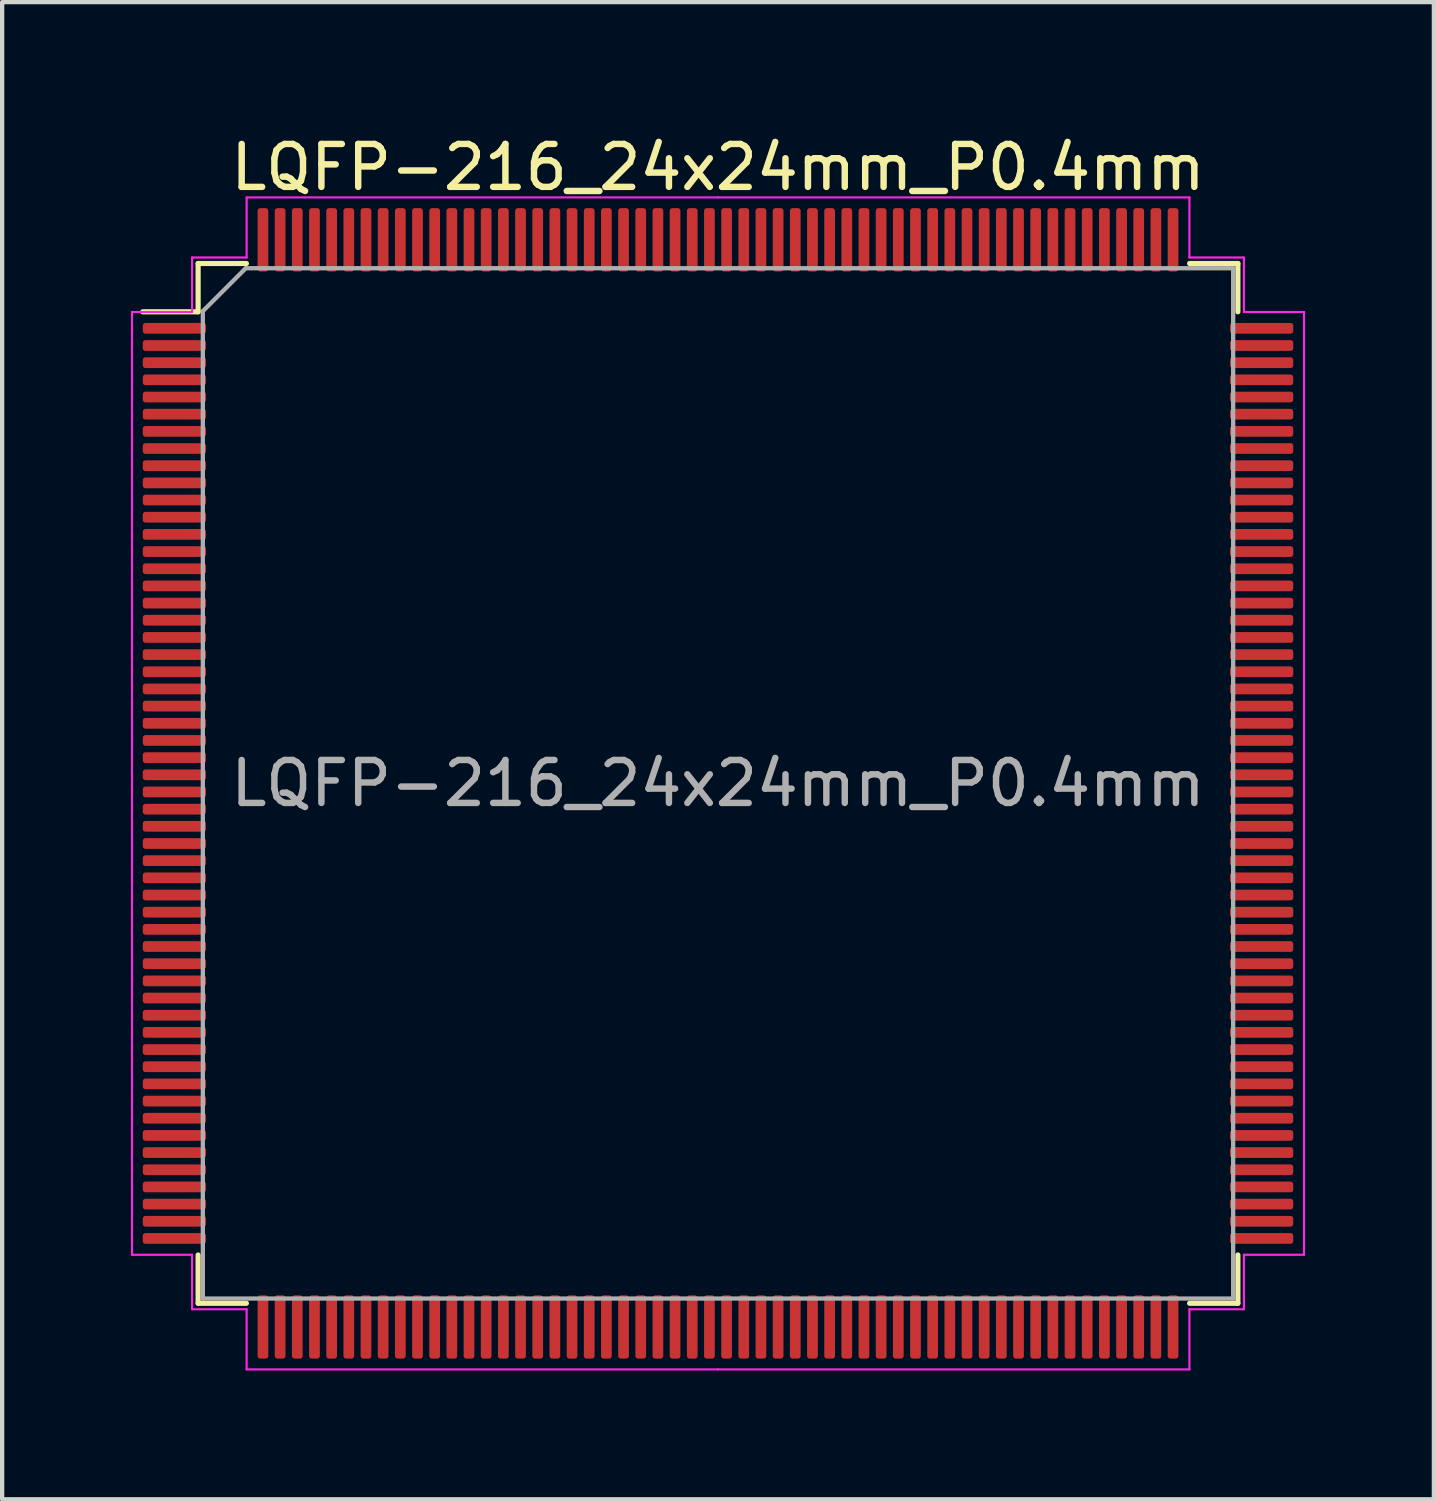
<source format=kicad_pcb>
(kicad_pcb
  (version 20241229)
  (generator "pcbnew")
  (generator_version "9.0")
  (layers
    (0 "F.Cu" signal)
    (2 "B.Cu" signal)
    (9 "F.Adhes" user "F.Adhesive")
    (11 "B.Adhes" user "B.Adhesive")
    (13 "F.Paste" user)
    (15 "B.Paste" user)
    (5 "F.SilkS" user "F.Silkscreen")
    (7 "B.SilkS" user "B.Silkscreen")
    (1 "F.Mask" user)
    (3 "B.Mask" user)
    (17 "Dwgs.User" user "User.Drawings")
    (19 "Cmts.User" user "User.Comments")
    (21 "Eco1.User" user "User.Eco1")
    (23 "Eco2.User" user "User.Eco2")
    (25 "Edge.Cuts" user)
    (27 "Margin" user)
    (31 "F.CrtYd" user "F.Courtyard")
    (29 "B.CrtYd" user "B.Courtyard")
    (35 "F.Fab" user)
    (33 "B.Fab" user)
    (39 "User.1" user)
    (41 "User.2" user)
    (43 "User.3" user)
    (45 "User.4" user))
  (footprint "LQFP-216_24x24mm_P0.4mm"
    (layer "F.Cu")
    (at 13.675 15.198)
    (property "Reference" "LQFP-216_24x24mm_P0.4mm" (at 0 -14.35 0) (layer "F.SilkS") (effects (font (size 1 1) (thickness 0.15))))
    (attr smd)
    (fp_line (start -12.11 -12.11) (end -12.11 -10.985) (stroke (width 0.12) (type solid)) (layer "F.SilkS"))
    (fp_line (start -12.11 -10.985) (end -13.4 -10.985) (stroke (width 0.12) (type solid)) (layer "F.SilkS"))
    (fp_line (start -12.11 12.11) (end -12.11 10.985) (stroke (width 0.12) (type solid)) (layer "F.SilkS"))
    (fp_line (start -10.985 -12.11) (end -12.11 -12.11) (stroke (width 0.12) (type solid)) (layer "F.SilkS"))
    (fp_line (start -10.985 12.11) (end -12.11 12.11) (stroke (width 0.12) (type solid)) (layer "F.SilkS"))
    (fp_line (start 10.985 -12.11) (end 12.11 -12.11) (stroke (width 0.12) (type solid)) (layer "F.SilkS"))
    (fp_line (start 10.985 12.11) (end 12.11 12.11) (stroke (width 0.12) (type solid)) (layer "F.SilkS"))
    (fp_line (start 12.11 -12.11) (end 12.11 -10.985) (stroke (width 0.12) (type solid)) (layer "F.SilkS"))
    (fp_line (start 12.11 12.11) (end 12.11 10.985) (stroke (width 0.12) (type solid)) (layer "F.SilkS"))
    (fp_line (start -13.65 -10.98) (end -13.65 0) (stroke (width 0.05) (type solid)) (layer "F.CrtYd"))
    (fp_line (start -13.65 10.98) (end -13.65 0) (stroke (width 0.05) (type solid)) (layer "F.CrtYd"))
    (fp_line (start -12.25 -12.25) (end -12.25 -10.98) (stroke (width 0.05) (type solid)) (layer "F.CrtYd"))
    (fp_line (start -12.25 -10.98) (end -13.65 -10.98) (stroke (width 0.05) (type solid)) (layer "F.CrtYd"))
    (fp_line (start -12.25 10.98) (end -13.65 10.98) (stroke (width 0.05) (type solid)) (layer "F.CrtYd"))
    (fp_line (start -12.25 12.25) (end -12.25 10.98) (stroke (width 0.05) (type solid)) (layer "F.CrtYd"))
    (fp_line (start -10.98 -13.65) (end -10.98 -12.25) (stroke (width 0.05) (type solid)) (layer "F.CrtYd"))
    (fp_line (start -10.98 -12.25) (end -12.25 -12.25) (stroke (width 0.05) (type solid)) (layer "F.CrtYd"))
    (fp_line (start -10.98 12.25) (end -12.25 12.25) (stroke (width 0.05) (type solid)) (layer "F.CrtYd"))
    (fp_line (start -10.98 13.65) (end -10.98 12.25) (stroke (width 0.05) (type solid)) (layer "F.CrtYd"))
    (fp_line (start 0 -13.65) (end -10.98 -13.65) (stroke (width 0.05) (type solid)) (layer "F.CrtYd"))
    (fp_line (start 0 -13.65) (end 10.98 -13.65) (stroke (width 0.05) (type solid)) (layer "F.CrtYd"))
    (fp_line (start 0 13.65) (end -10.98 13.65) (stroke (width 0.05) (type solid)) (layer "F.CrtYd"))
    (fp_line (start 0 13.65) (end 10.98 13.65) (stroke (width 0.05) (type solid)) (layer "F.CrtYd"))
    (fp_line (start 10.98 -13.65) (end 10.98 -12.25) (stroke (width 0.05) (type solid)) (layer "F.CrtYd"))
    (fp_line (start 10.98 -12.25) (end 12.25 -12.25) (stroke (width 0.05) (type solid)) (layer "F.CrtYd"))
    (fp_line (start 10.98 12.25) (end 12.25 12.25) (stroke (width 0.05) (type solid)) (layer "F.CrtYd"))
    (fp_line (start 10.98 13.65) (end 10.98 12.25) (stroke (width 0.05) (type solid)) (layer "F.CrtYd"))
    (fp_line (start 12.25 -12.25) (end 12.25 -10.98) (stroke (width 0.05) (type solid)) (layer "F.CrtYd"))
    (fp_line (start 12.25 -10.98) (end 13.65 -10.98) (stroke (width 0.05) (type solid)) (layer "F.CrtYd"))
    (fp_line (start 12.25 10.98) (end 13.65 10.98) (stroke (width 0.05) (type solid)) (layer "F.CrtYd"))
    (fp_line (start 12.25 12.25) (end 12.25 10.98) (stroke (width 0.05) (type solid)) (layer "F.CrtYd"))
    (fp_line (start 13.65 -10.98) (end 13.65 0) (stroke (width 0.05) (type solid)) (layer "F.CrtYd"))
    (fp_line (start 13.65 10.98) (end 13.65 0) (stroke (width 0.05) (type solid)) (layer "F.CrtYd"))
    (fp_line (start -12 -11) (end -11 -12) (stroke (width 0.1) (type solid)) (layer "F.Fab"))
    (fp_line (start -12 12) (end -12 -11) (stroke (width 0.1) (type solid)) (layer "F.Fab"))
    (fp_line (start -11 -12) (end 12 -12) (stroke (width 0.1) (type solid)) (layer "F.Fab"))
    (fp_line (start 12 -12) (end 12 12) (stroke (width 0.1) (type solid)) (layer "F.Fab"))
    (fp_line (start 12 12) (end -12 12) (stroke (width 0.1) (type solid)) (layer "F.Fab"))
    (fp_text user "${REFERENCE}" (at 0 0 0) (layer "F.Fab") (effects (font (size 1 1) (thickness 0.15))))
    (pad "1" smd roundrect (at -12.662 -10.6) (size 1.475 0.25) (layers "F.Cu" "F.Mask" "F.Paste") (roundrect_rratio 0.25))
    (pad "2" smd roundrect (at -12.662 -10.2) (size 1.475 0.25) (layers "F.Cu" "F.Mask" "F.Paste") (roundrect_rratio 0.25))
    (pad "3" smd roundrect (at -12.662 -9.8) (size 1.475 0.25) (layers "F.Cu" "F.Mask" "F.Paste") (roundrect_rratio 0.25))
    (pad "4" smd roundrect (at -12.662 -9.4) (size 1.475 0.25) (layers "F.Cu" "F.Mask" "F.Paste") (roundrect_rratio 0.25))
    (pad "5" smd roundrect (at -12.662 -9) (size 1.475 0.25) (layers "F.Cu" "F.Mask" "F.Paste") (roundrect_rratio 0.25))
    (pad "6" smd roundrect (at -12.662 -8.6) (size 1.475 0.25) (layers "F.Cu" "F.Mask" "F.Paste") (roundrect_rratio 0.25))
    (pad "7" smd roundrect (at -12.662 -8.2) (size 1.475 0.25) (layers "F.Cu" "F.Mask" "F.Paste") (roundrect_rratio 0.25))
    (pad "8" smd roundrect (at -12.662 -7.8) (size 1.475 0.25) (layers "F.Cu" "F.Mask" "F.Paste") (roundrect_rratio 0.25))
    (pad "9" smd roundrect (at -12.662 -7.4) (size 1.475 0.25) (layers "F.Cu" "F.Mask" "F.Paste") (roundrect_rratio 0.25))
    (pad "10" smd roundrect (at -12.662 -7) (size 1.475 0.25) (layers "F.Cu" "F.Mask" "F.Paste") (roundrect_rratio 0.25))
    (pad "11" smd roundrect (at -12.662 -6.6) (size 1.475 0.25) (layers "F.Cu" "F.Mask" "F.Paste") (roundrect_rratio 0.25))
    (pad "12" smd roundrect (at -12.662 -6.2) (size 1.475 0.25) (layers "F.Cu" "F.Mask" "F.Paste") (roundrect_rratio 0.25))
    (pad "13" smd roundrect (at -12.662 -5.8) (size 1.475 0.25) (layers "F.Cu" "F.Mask" "F.Paste") (roundrect_rratio 0.25))
    (pad "14" smd roundrect (at -12.662 -5.4) (size 1.475 0.25) (layers "F.Cu" "F.Mask" "F.Paste") (roundrect_rratio 0.25))
    (pad "15" smd roundrect (at -12.662 -5) (size 1.475 0.25) (layers "F.Cu" "F.Mask" "F.Paste") (roundrect_rratio 0.25))
    (pad "16" smd roundrect (at -12.662 -4.6) (size 1.475 0.25) (layers "F.Cu" "F.Mask" "F.Paste") (roundrect_rratio 0.25))
    (pad "17" smd roundrect (at -12.662 -4.2) (size 1.475 0.25) (layers "F.Cu" "F.Mask" "F.Paste") (roundrect_rratio 0.25))
    (pad "18" smd roundrect (at -12.662 -3.8) (size 1.475 0.25) (layers "F.Cu" "F.Mask" "F.Paste") (roundrect_rratio 0.25))
    (pad "19" smd roundrect (at -12.662 -3.4) (size 1.475 0.25) (layers "F.Cu" "F.Mask" "F.Paste") (roundrect_rratio 0.25))
    (pad "20" smd roundrect (at -12.662 -3) (size 1.475 0.25) (layers "F.Cu" "F.Mask" "F.Paste") (roundrect_rratio 0.25))
    (pad "21" smd roundrect (at -12.662 -2.6) (size 1.475 0.25) (layers "F.Cu" "F.Mask" "F.Paste") (roundrect_rratio 0.25))
    (pad "22" smd roundrect (at -12.662 -2.2) (size 1.475 0.25) (layers "F.Cu" "F.Mask" "F.Paste") (roundrect_rratio 0.25))
    (pad "23" smd roundrect (at -12.662 -1.8) (size 1.475 0.25) (layers "F.Cu" "F.Mask" "F.Paste") (roundrect_rratio 0.25))
    (pad "24" smd roundrect (at -12.662 -1.4) (size 1.475 0.25) (layers "F.Cu" "F.Mask" "F.Paste") (roundrect_rratio 0.25))
    (pad "25" smd roundrect (at -12.662 -1) (size 1.475 0.25) (layers "F.Cu" "F.Mask" "F.Paste") (roundrect_rratio 0.25))
    (pad "26" smd roundrect (at -12.662 -0.6) (size 1.475 0.25) (layers "F.Cu" "F.Mask" "F.Paste") (roundrect_rratio 0.25))
    (pad "27" smd roundrect (at -12.662 -0.2) (size 1.475 0.25) (layers "F.Cu" "F.Mask" "F.Paste") (roundrect_rratio 0.25))
    (pad "28" smd roundrect (at -12.662 0.2) (size 1.475 0.25) (layers "F.Cu" "F.Mask" "F.Paste") (roundrect_rratio 0.25))
    (pad "29" smd roundrect (at -12.662 0.6) (size 1.475 0.25) (layers "F.Cu" "F.Mask" "F.Paste") (roundrect_rratio 0.25))
    (pad "30" smd roundrect (at -12.662 1) (size 1.475 0.25) (layers "F.Cu" "F.Mask" "F.Paste") (roundrect_rratio 0.25))
    (pad "31" smd roundrect (at -12.662 1.4) (size 1.475 0.25) (layers "F.Cu" "F.Mask" "F.Paste") (roundrect_rratio 0.25))
    (pad "32" smd roundrect (at -12.662 1.8) (size 1.475 0.25) (layers "F.Cu" "F.Mask" "F.Paste") (roundrect_rratio 0.25))
    (pad "33" smd roundrect (at -12.662 2.2) (size 1.475 0.25) (layers "F.Cu" "F.Mask" "F.Paste") (roundrect_rratio 0.25))
    (pad "34" smd roundrect (at -12.662 2.6) (size 1.475 0.25) (layers "F.Cu" "F.Mask" "F.Paste") (roundrect_rratio 0.25))
    (pad "35" smd roundrect (at -12.662 3) (size 1.475 0.25) (layers "F.Cu" "F.Mask" "F.Paste") (roundrect_rratio 0.25))
    (pad "36" smd roundrect (at -12.662 3.4) (size 1.475 0.25) (layers "F.Cu" "F.Mask" "F.Paste") (roundrect_rratio 0.25))
    (pad "37" smd roundrect (at -12.662 3.8) (size 1.475 0.25) (layers "F.Cu" "F.Mask" "F.Paste") (roundrect_rratio 0.25))
    (pad "38" smd roundrect (at -12.662 4.2) (size 1.475 0.25) (layers "F.Cu" "F.Mask" "F.Paste") (roundrect_rratio 0.25))
    (pad "39" smd roundrect (at -12.662 4.6) (size 1.475 0.25) (layers "F.Cu" "F.Mask" "F.Paste") (roundrect_rratio 0.25))
    (pad "40" smd roundrect (at -12.662 5) (size 1.475 0.25) (layers "F.Cu" "F.Mask" "F.Paste") (roundrect_rratio 0.25))
    (pad "41" smd roundrect (at -12.662 5.4) (size 1.475 0.25) (layers "F.Cu" "F.Mask" "F.Paste") (roundrect_rratio 0.25))
    (pad "42" smd roundrect (at -12.662 5.8) (size 1.475 0.25) (layers "F.Cu" "F.Mask" "F.Paste") (roundrect_rratio 0.25))
    (pad "43" smd roundrect (at -12.662 6.2) (size 1.475 0.25) (layers "F.Cu" "F.Mask" "F.Paste") (roundrect_rratio 0.25))
    (pad "44" smd roundrect (at -12.662 6.6) (size 1.475 0.25) (layers "F.Cu" "F.Mask" "F.Paste") (roundrect_rratio 0.25))
    (pad "45" smd roundrect (at -12.662 7) (size 1.475 0.25) (layers "F.Cu" "F.Mask" "F.Paste") (roundrect_rratio 0.25))
    (pad "46" smd roundrect (at -12.662 7.4) (size 1.475 0.25) (layers "F.Cu" "F.Mask" "F.Paste") (roundrect_rratio 0.25))
    (pad "47" smd roundrect (at -12.662 7.8) (size 1.475 0.25) (layers "F.Cu" "F.Mask" "F.Paste") (roundrect_rratio 0.25))
    (pad "48" smd roundrect (at -12.662 8.2) (size 1.475 0.25) (layers "F.Cu" "F.Mask" "F.Paste") (roundrect_rratio 0.25))
    (pad "49" smd roundrect (at -12.662 8.6) (size 1.475 0.25) (layers "F.Cu" "F.Mask" "F.Paste") (roundrect_rratio 0.25))
    (pad "50" smd roundrect (at -12.662 9) (size 1.475 0.25) (layers "F.Cu" "F.Mask" "F.Paste") (roundrect_rratio 0.25))
    (pad "51" smd roundrect (at -12.662 9.4) (size 1.475 0.25) (layers "F.Cu" "F.Mask" "F.Paste") (roundrect_rratio 0.25))
    (pad "52" smd roundrect (at -12.662 9.8) (size 1.475 0.25) (layers "F.Cu" "F.Mask" "F.Paste") (roundrect_rratio 0.25))
    (pad "53" smd roundrect (at -12.662 10.2) (size 1.475 0.25) (layers "F.Cu" "F.Mask" "F.Paste") (roundrect_rratio 0.25))
    (pad "54" smd roundrect (at -12.662 10.6) (size 1.475 0.25) (layers "F.Cu" "F.Mask" "F.Paste") (roundrect_rratio 0.25))
    (pad "55" smd roundrect (at -10.6 12.662) (size 0.25 1.475) (layers "F.Cu" "F.Mask" "F.Paste") (roundrect_rratio 0.25))
    (pad "56" smd roundrect (at -10.2 12.662) (size 0.25 1.475) (layers "F.Cu" "F.Mask" "F.Paste") (roundrect_rratio 0.25))
    (pad "57" smd roundrect (at -9.8 12.662) (size 0.25 1.475) (layers "F.Cu" "F.Mask" "F.Paste") (roundrect_rratio 0.25))
    (pad "58" smd roundrect (at -9.4 12.662) (size 0.25 1.475) (layers "F.Cu" "F.Mask" "F.Paste") (roundrect_rratio 0.25))
    (pad "59" smd roundrect (at -9 12.662) (size 0.25 1.475) (layers "F.Cu" "F.Mask" "F.Paste") (roundrect_rratio 0.25))
    (pad "60" smd roundrect (at -8.6 12.662) (size 0.25 1.475) (layers "F.Cu" "F.Mask" "F.Paste") (roundrect_rratio 0.25))
    (pad "61" smd roundrect (at -8.2 12.662) (size 0.25 1.475) (layers "F.Cu" "F.Mask" "F.Paste") (roundrect_rratio 0.25))
    (pad "62" smd roundrect (at -7.8 12.662) (size 0.25 1.475) (layers "F.Cu" "F.Mask" "F.Paste") (roundrect_rratio 0.25))
    (pad "63" smd roundrect (at -7.4 12.662) (size 0.25 1.475) (layers "F.Cu" "F.Mask" "F.Paste") (roundrect_rratio 0.25))
    (pad "64" smd roundrect (at -7 12.662) (size 0.25 1.475) (layers "F.Cu" "F.Mask" "F.Paste") (roundrect_rratio 0.25))
    (pad "65" smd roundrect (at -6.6 12.662) (size 0.25 1.475) (layers "F.Cu" "F.Mask" "F.Paste") (roundrect_rratio 0.25))
    (pad "66" smd roundrect (at -6.2 12.662) (size 0.25 1.475) (layers "F.Cu" "F.Mask" "F.Paste") (roundrect_rratio 0.25))
    (pad "67" smd roundrect (at -5.8 12.662) (size 0.25 1.475) (layers "F.Cu" "F.Mask" "F.Paste") (roundrect_rratio 0.25))
    (pad "68" smd roundrect (at -5.4 12.662) (size 0.25 1.475) (layers "F.Cu" "F.Mask" "F.Paste") (roundrect_rratio 0.25))
    (pad "69" smd roundrect (at -5 12.662) (size 0.25 1.475) (layers "F.Cu" "F.Mask" "F.Paste") (roundrect_rratio 0.25))
    (pad "70" smd roundrect (at -4.6 12.662) (size 0.25 1.475) (layers "F.Cu" "F.Mask" "F.Paste") (roundrect_rratio 0.25))
    (pad "71" smd roundrect (at -4.2 12.662) (size 0.25 1.475) (layers "F.Cu" "F.Mask" "F.Paste") (roundrect_rratio 0.25))
    (pad "72" smd roundrect (at -3.8 12.662) (size 0.25 1.475) (layers "F.Cu" "F.Mask" "F.Paste") (roundrect_rratio 0.25))
    (pad "73" smd roundrect (at -3.4 12.662) (size 0.25 1.475) (layers "F.Cu" "F.Mask" "F.Paste") (roundrect_rratio 0.25))
    (pad "74" smd roundrect (at -3 12.662) (size 0.25 1.475) (layers "F.Cu" "F.Mask" "F.Paste") (roundrect_rratio 0.25))
    (pad "75" smd roundrect (at -2.6 12.662) (size 0.25 1.475) (layers "F.Cu" "F.Mask" "F.Paste") (roundrect_rratio 0.25))
    (pad "76" smd roundrect (at -2.2 12.662) (size 0.25 1.475) (layers "F.Cu" "F.Mask" "F.Paste") (roundrect_rratio 0.25))
    (pad "77" smd roundrect (at -1.8 12.662) (size 0.25 1.475) (layers "F.Cu" "F.Mask" "F.Paste") (roundrect_rratio 0.25))
    (pad "78" smd roundrect (at -1.4 12.662) (size 0.25 1.475) (layers "F.Cu" "F.Mask" "F.Paste") (roundrect_rratio 0.25))
    (pad "79" smd roundrect (at -1 12.662) (size 0.25 1.475) (layers "F.Cu" "F.Mask" "F.Paste") (roundrect_rratio 0.25))
    (pad "80" smd roundrect (at -0.6 12.662) (size 0.25 1.475) (layers "F.Cu" "F.Mask" "F.Paste") (roundrect_rratio 0.25))
    (pad "81" smd roundrect (at -0.2 12.662) (size 0.25 1.475) (layers "F.Cu" "F.Mask" "F.Paste") (roundrect_rratio 0.25))
    (pad "82" smd roundrect (at 0.2 12.662) (size 0.25 1.475) (layers "F.Cu" "F.Mask" "F.Paste") (roundrect_rratio 0.25))
    (pad "83" smd roundrect (at 0.6 12.662) (size 0.25 1.475) (layers "F.Cu" "F.Mask" "F.Paste") (roundrect_rratio 0.25))
    (pad "84" smd roundrect (at 1 12.662) (size 0.25 1.475) (layers "F.Cu" "F.Mask" "F.Paste") (roundrect_rratio 0.25))
    (pad "85" smd roundrect (at 1.4 12.662) (size 0.25 1.475) (layers "F.Cu" "F.Mask" "F.Paste") (roundrect_rratio 0.25))
    (pad "86" smd roundrect (at 1.8 12.662) (size 0.25 1.475) (layers "F.Cu" "F.Mask" "F.Paste") (roundrect_rratio 0.25))
    (pad "87" smd roundrect (at 2.2 12.662) (size 0.25 1.475) (layers "F.Cu" "F.Mask" "F.Paste") (roundrect_rratio 0.25))
    (pad "88" smd roundrect (at 2.6 12.662) (size 0.25 1.475) (layers "F.Cu" "F.Mask" "F.Paste") (roundrect_rratio 0.25))
    (pad "89" smd roundrect (at 3 12.662) (size 0.25 1.475) (layers "F.Cu" "F.Mask" "F.Paste") (roundrect_rratio 0.25))
    (pad "90" smd roundrect (at 3.4 12.662) (size 0.25 1.475) (layers "F.Cu" "F.Mask" "F.Paste") (roundrect_rratio 0.25))
    (pad "91" smd roundrect (at 3.8 12.662) (size 0.25 1.475) (layers "F.Cu" "F.Mask" "F.Paste") (roundrect_rratio 0.25))
    (pad "92" smd roundrect (at 4.2 12.662) (size 0.25 1.475) (layers "F.Cu" "F.Mask" "F.Paste") (roundrect_rratio 0.25))
    (pad "93" smd roundrect (at 4.6 12.662) (size 0.25 1.475) (layers "F.Cu" "F.Mask" "F.Paste") (roundrect_rratio 0.25))
    (pad "94" smd roundrect (at 5 12.662) (size 0.25 1.475) (layers "F.Cu" "F.Mask" "F.Paste") (roundrect_rratio 0.25))
    (pad "95" smd roundrect (at 5.4 12.662) (size 0.25 1.475) (layers "F.Cu" "F.Mask" "F.Paste") (roundrect_rratio 0.25))
    (pad "96" smd roundrect (at 5.8 12.662) (size 0.25 1.475) (layers "F.Cu" "F.Mask" "F.Paste") (roundrect_rratio 0.25))
    (pad "97" smd roundrect (at 6.2 12.662) (size 0.25 1.475) (layers "F.Cu" "F.Mask" "F.Paste") (roundrect_rratio 0.25))
    (pad "98" smd roundrect (at 6.6 12.662) (size 0.25 1.475) (layers "F.Cu" "F.Mask" "F.Paste") (roundrect_rratio 0.25))
    (pad "99" smd roundrect (at 7 12.662) (size 0.25 1.475) (layers "F.Cu" "F.Mask" "F.Paste") (roundrect_rratio 0.25))
    (pad "100" smd roundrect (at 7.4 12.662) (size 0.25 1.475) (layers "F.Cu" "F.Mask" "F.Paste") (roundrect_rratio 0.25))
    (pad "101" smd roundrect (at 7.8 12.662) (size 0.25 1.475) (layers "F.Cu" "F.Mask" "F.Paste") (roundrect_rratio 0.25))
    (pad "102" smd roundrect (at 8.2 12.662) (size 0.25 1.475) (layers "F.Cu" "F.Mask" "F.Paste") (roundrect_rratio 0.25))
    (pad "103" smd roundrect (at 8.6 12.662) (size 0.25 1.475) (layers "F.Cu" "F.Mask" "F.Paste") (roundrect_rratio 0.25))
    (pad "104" smd roundrect (at 9 12.662) (size 0.25 1.475) (layers "F.Cu" "F.Mask" "F.Paste") (roundrect_rratio 0.25))
    (pad "105" smd roundrect (at 9.4 12.662) (size 0.25 1.475) (layers "F.Cu" "F.Mask" "F.Paste") (roundrect_rratio 0.25))
    (pad "106" smd roundrect (at 9.8 12.662) (size 0.25 1.475) (layers "F.Cu" "F.Mask" "F.Paste") (roundrect_rratio 0.25))
    (pad "107" smd roundrect (at 10.2 12.662) (size 0.25 1.475) (layers "F.Cu" "F.Mask" "F.Paste") (roundrect_rratio 0.25))
    (pad "108" smd roundrect (at 10.6 12.662) (size 0.25 1.475) (layers "F.Cu" "F.Mask" "F.Paste") (roundrect_rratio 0.25))
    (pad "109" smd roundrect (at 12.662 10.6) (size 1.475 0.25) (layers "F.Cu" "F.Mask" "F.Paste") (roundrect_rratio 0.25))
    (pad "110" smd roundrect (at 12.662 10.2) (size 1.475 0.25) (layers "F.Cu" "F.Mask" "F.Paste") (roundrect_rratio 0.25))
    (pad "111" smd roundrect (at 12.662 9.8) (size 1.475 0.25) (layers "F.Cu" "F.Mask" "F.Paste") (roundrect_rratio 0.25))
    (pad "112" smd roundrect (at 12.662 9.4) (size 1.475 0.25) (layers "F.Cu" "F.Mask" "F.Paste") (roundrect_rratio 0.25))
    (pad "113" smd roundrect (at 12.662 9) (size 1.475 0.25) (layers "F.Cu" "F.Mask" "F.Paste") (roundrect_rratio 0.25))
    (pad "114" smd roundrect (at 12.662 8.6) (size 1.475 0.25) (layers "F.Cu" "F.Mask" "F.Paste") (roundrect_rratio 0.25))
    (pad "115" smd roundrect (at 12.662 8.2) (size 1.475 0.25) (layers "F.Cu" "F.Mask" "F.Paste") (roundrect_rratio 0.25))
    (pad "116" smd roundrect (at 12.662 7.8) (size 1.475 0.25) (layers "F.Cu" "F.Mask" "F.Paste") (roundrect_rratio 0.25))
    (pad "117" smd roundrect (at 12.662 7.4) (size 1.475 0.25) (layers "F.Cu" "F.Mask" "F.Paste") (roundrect_rratio 0.25))
    (pad "118" smd roundrect (at 12.662 7) (size 1.475 0.25) (layers "F.Cu" "F.Mask" "F.Paste") (roundrect_rratio 0.25))
    (pad "119" smd roundrect (at 12.662 6.6) (size 1.475 0.25) (layers "F.Cu" "F.Mask" "F.Paste") (roundrect_rratio 0.25))
    (pad "120" smd roundrect (at 12.662 6.2) (size 1.475 0.25) (layers "F.Cu" "F.Mask" "F.Paste") (roundrect_rratio 0.25))
    (pad "121" smd roundrect (at 12.662 5.8) (size 1.475 0.25) (layers "F.Cu" "F.Mask" "F.Paste") (roundrect_rratio 0.25))
    (pad "122" smd roundrect (at 12.662 5.4) (size 1.475 0.25) (layers "F.Cu" "F.Mask" "F.Paste") (roundrect_rratio 0.25))
    (pad "123" smd roundrect (at 12.662 5) (size 1.475 0.25) (layers "F.Cu" "F.Mask" "F.Paste") (roundrect_rratio 0.25))
    (pad "124" smd roundrect (at 12.662 4.6) (size 1.475 0.25) (layers "F.Cu" "F.Mask" "F.Paste") (roundrect_rratio 0.25))
    (pad "125" smd roundrect (at 12.662 4.2) (size 1.475 0.25) (layers "F.Cu" "F.Mask" "F.Paste") (roundrect_rratio 0.25))
    (pad "126" smd roundrect (at 12.662 3.8) (size 1.475 0.25) (layers "F.Cu" "F.Mask" "F.Paste") (roundrect_rratio 0.25))
    (pad "127" smd roundrect (at 12.662 3.4) (size 1.475 0.25) (layers "F.Cu" "F.Mask" "F.Paste") (roundrect_rratio 0.25))
    (pad "128" smd roundrect (at 12.662 3) (size 1.475 0.25) (layers "F.Cu" "F.Mask" "F.Paste") (roundrect_rratio 0.25))
    (pad "129" smd roundrect (at 12.662 2.6) (size 1.475 0.25) (layers "F.Cu" "F.Mask" "F.Paste") (roundrect_rratio 0.25))
    (pad "130" smd roundrect (at 12.662 2.2) (size 1.475 0.25) (layers "F.Cu" "F.Mask" "F.Paste") (roundrect_rratio 0.25))
    (pad "131" smd roundrect (at 12.662 1.8) (size 1.475 0.25) (layers "F.Cu" "F.Mask" "F.Paste") (roundrect_rratio 0.25))
    (pad "132" smd roundrect (at 12.662 1.4) (size 1.475 0.25) (layers "F.Cu" "F.Mask" "F.Paste") (roundrect_rratio 0.25))
    (pad "133" smd roundrect (at 12.662 1) (size 1.475 0.25) (layers "F.Cu" "F.Mask" "F.Paste") (roundrect_rratio 0.25))
    (pad "134" smd roundrect (at 12.662 0.6) (size 1.475 0.25) (layers "F.Cu" "F.Mask" "F.Paste") (roundrect_rratio 0.25))
    (pad "135" smd roundrect (at 12.662 0.2) (size 1.475 0.25) (layers "F.Cu" "F.Mask" "F.Paste") (roundrect_rratio 0.25))
    (pad "136" smd roundrect (at 12.662 -0.2) (size 1.475 0.25) (layers "F.Cu" "F.Mask" "F.Paste") (roundrect_rratio 0.25))
    (pad "137" smd roundrect (at 12.662 -0.6) (size 1.475 0.25) (layers "F.Cu" "F.Mask" "F.Paste") (roundrect_rratio 0.25))
    (pad "138" smd roundrect (at 12.662 -1) (size 1.475 0.25) (layers "F.Cu" "F.Mask" "F.Paste") (roundrect_rratio 0.25))
    (pad "139" smd roundrect (at 12.662 -1.4) (size 1.475 0.25) (layers "F.Cu" "F.Mask" "F.Paste") (roundrect_rratio 0.25))
    (pad "140" smd roundrect (at 12.662 -1.8) (size 1.475 0.25) (layers "F.Cu" "F.Mask" "F.Paste") (roundrect_rratio 0.25))
    (pad "141" smd roundrect (at 12.662 -2.2) (size 1.475 0.25) (layers "F.Cu" "F.Mask" "F.Paste") (roundrect_rratio 0.25))
    (pad "142" smd roundrect (at 12.662 -2.6) (size 1.475 0.25) (layers "F.Cu" "F.Mask" "F.Paste") (roundrect_rratio 0.25))
    (pad "143" smd roundrect (at 12.662 -3) (size 1.475 0.25) (layers "F.Cu" "F.Mask" "F.Paste") (roundrect_rratio 0.25))
    (pad "144" smd roundrect (at 12.662 -3.4) (size 1.475 0.25) (layers "F.Cu" "F.Mask" "F.Paste") (roundrect_rratio 0.25))
    (pad "145" smd roundrect (at 12.662 -3.8) (size 1.475 0.25) (layers "F.Cu" "F.Mask" "F.Paste") (roundrect_rratio 0.25))
    (pad "146" smd roundrect (at 12.662 -4.2) (size 1.475 0.25) (layers "F.Cu" "F.Mask" "F.Paste") (roundrect_rratio 0.25))
    (pad "147" smd roundrect (at 12.662 -4.6) (size 1.475 0.25) (layers "F.Cu" "F.Mask" "F.Paste") (roundrect_rratio 0.25))
    (pad "148" smd roundrect (at 12.662 -5) (size 1.475 0.25) (layers "F.Cu" "F.Mask" "F.Paste") (roundrect_rratio 0.25))
    (pad "149" smd roundrect (at 12.662 -5.4) (size 1.475 0.25) (layers "F.Cu" "F.Mask" "F.Paste") (roundrect_rratio 0.25))
    (pad "150" smd roundrect (at 12.662 -5.8) (size 1.475 0.25) (layers "F.Cu" "F.Mask" "F.Paste") (roundrect_rratio 0.25))
    (pad "151" smd roundrect (at 12.662 -6.2) (size 1.475 0.25) (layers "F.Cu" "F.Mask" "F.Paste") (roundrect_rratio 0.25))
    (pad "152" smd roundrect (at 12.662 -6.6) (size 1.475 0.25) (layers "F.Cu" "F.Mask" "F.Paste") (roundrect_rratio 0.25))
    (pad "153" smd roundrect (at 12.662 -7) (size 1.475 0.25) (layers "F.Cu" "F.Mask" "F.Paste") (roundrect_rratio 0.25))
    (pad "154" smd roundrect (at 12.662 -7.4) (size 1.475 0.25) (layers "F.Cu" "F.Mask" "F.Paste") (roundrect_rratio 0.25))
    (pad "155" smd roundrect (at 12.662 -7.8) (size 1.475 0.25) (layers "F.Cu" "F.Mask" "F.Paste") (roundrect_rratio 0.25))
    (pad "156" smd roundrect (at 12.662 -8.2) (size 1.475 0.25) (layers "F.Cu" "F.Mask" "F.Paste") (roundrect_rratio 0.25))
    (pad "157" smd roundrect (at 12.662 -8.6) (size 1.475 0.25) (layers "F.Cu" "F.Mask" "F.Paste") (roundrect_rratio 0.25))
    (pad "158" smd roundrect (at 12.662 -9) (size 1.475 0.25) (layers "F.Cu" "F.Mask" "F.Paste") (roundrect_rratio 0.25))
    (pad "159" smd roundrect (at 12.662 -9.4) (size 1.475 0.25) (layers "F.Cu" "F.Mask" "F.Paste") (roundrect_rratio 0.25))
    (pad "160" smd roundrect (at 12.662 -9.8) (size 1.475 0.25) (layers "F.Cu" "F.Mask" "F.Paste") (roundrect_rratio 0.25))
    (pad "161" smd roundrect (at 12.662 -10.2) (size 1.475 0.25) (layers "F.Cu" "F.Mask" "F.Paste") (roundrect_rratio 0.25))
    (pad "162" smd roundrect (at 12.662 -10.6) (size 1.475 0.25) (layers "F.Cu" "F.Mask" "F.Paste") (roundrect_rratio 0.25))
    (pad "163" smd roundrect (at 10.6 -12.662) (size 0.25 1.475) (layers "F.Cu" "F.Mask" "F.Paste") (roundrect_rratio 0.25))
    (pad "164" smd roundrect (at 10.2 -12.662) (size 0.25 1.475) (layers "F.Cu" "F.Mask" "F.Paste") (roundrect_rratio 0.25))
    (pad "165" smd roundrect (at 9.8 -12.662) (size 0.25 1.475) (layers "F.Cu" "F.Mask" "F.Paste") (roundrect_rratio 0.25))
    (pad "166" smd roundrect (at 9.4 -12.662) (size 0.25 1.475) (layers "F.Cu" "F.Mask" "F.Paste") (roundrect_rratio 0.25))
    (pad "167" smd roundrect (at 9 -12.662) (size 0.25 1.475) (layers "F.Cu" "F.Mask" "F.Paste") (roundrect_rratio 0.25))
    (pad "168" smd roundrect (at 8.6 -12.662) (size 0.25 1.475) (layers "F.Cu" "F.Mask" "F.Paste") (roundrect_rratio 0.25))
    (pad "169" smd roundrect (at 8.2 -12.662) (size 0.25 1.475) (layers "F.Cu" "F.Mask" "F.Paste") (roundrect_rratio 0.25))
    (pad "170" smd roundrect (at 7.8 -12.662) (size 0.25 1.475) (layers "F.Cu" "F.Mask" "F.Paste") (roundrect_rratio 0.25))
    (pad "171" smd roundrect (at 7.4 -12.662) (size 0.25 1.475) (layers "F.Cu" "F.Mask" "F.Paste") (roundrect_rratio 0.25))
    (pad "172" smd roundrect (at 7 -12.662) (size 0.25 1.475) (layers "F.Cu" "F.Mask" "F.Paste") (roundrect_rratio 0.25))
    (pad "173" smd roundrect (at 6.6 -12.662) (size 0.25 1.475) (layers "F.Cu" "F.Mask" "F.Paste") (roundrect_rratio 0.25))
    (pad "174" smd roundrect (at 6.2 -12.662) (size 0.25 1.475) (layers "F.Cu" "F.Mask" "F.Paste") (roundrect_rratio 0.25))
    (pad "175" smd roundrect (at 5.8 -12.662) (size 0.25 1.475) (layers "F.Cu" "F.Mask" "F.Paste") (roundrect_rratio 0.25))
    (pad "176" smd roundrect (at 5.4 -12.662) (size 0.25 1.475) (layers "F.Cu" "F.Mask" "F.Paste") (roundrect_rratio 0.25))
    (pad "177" smd roundrect (at 5 -12.662) (size 0.25 1.475) (layers "F.Cu" "F.Mask" "F.Paste") (roundrect_rratio 0.25))
    (pad "178" smd roundrect (at 4.6 -12.662) (size 0.25 1.475) (layers "F.Cu" "F.Mask" "F.Paste") (roundrect_rratio 0.25))
    (pad "179" smd roundrect (at 4.2 -12.662) (size 0.25 1.475) (layers "F.Cu" "F.Mask" "F.Paste") (roundrect_rratio 0.25))
    (pad "180" smd roundrect (at 3.8 -12.662) (size 0.25 1.475) (layers "F.Cu" "F.Mask" "F.Paste") (roundrect_rratio 0.25))
    (pad "181" smd roundrect (at 3.4 -12.662) (size 0.25 1.475) (layers "F.Cu" "F.Mask" "F.Paste") (roundrect_rratio 0.25))
    (pad "182" smd roundrect (at 3 -12.662) (size 0.25 1.475) (layers "F.Cu" "F.Mask" "F.Paste") (roundrect_rratio 0.25))
    (pad "183" smd roundrect (at 2.6 -12.662) (size 0.25 1.475) (layers "F.Cu" "F.Mask" "F.Paste") (roundrect_rratio 0.25))
    (pad "184" smd roundrect (at 2.2 -12.662) (size 0.25 1.475) (layers "F.Cu" "F.Mask" "F.Paste") (roundrect_rratio 0.25))
    (pad "185" smd roundrect (at 1.8 -12.662) (size 0.25 1.475) (layers "F.Cu" "F.Mask" "F.Paste") (roundrect_rratio 0.25))
    (pad "186" smd roundrect (at 1.4 -12.662) (size 0.25 1.475) (layers "F.Cu" "F.Mask" "F.Paste") (roundrect_rratio 0.25))
    (pad "187" smd roundrect (at 1 -12.662) (size 0.25 1.475) (layers "F.Cu" "F.Mask" "F.Paste") (roundrect_rratio 0.25))
    (pad "188" smd roundrect (at 0.6 -12.662) (size 0.25 1.475) (layers "F.Cu" "F.Mask" "F.Paste") (roundrect_rratio 0.25))
    (pad "189" smd roundrect (at 0.2 -12.662) (size 0.25 1.475) (layers "F.Cu" "F.Mask" "F.Paste") (roundrect_rratio 0.25))
    (pad "190" smd roundrect (at -0.2 -12.662) (size 0.25 1.475) (layers "F.Cu" "F.Mask" "F.Paste") (roundrect_rratio 0.25))
    (pad "191" smd roundrect (at -0.6 -12.662) (size 0.25 1.475) (layers "F.Cu" "F.Mask" "F.Paste") (roundrect_rratio 0.25))
    (pad "192" smd roundrect (at -1 -12.662) (size 0.25 1.475) (layers "F.Cu" "F.Mask" "F.Paste") (roundrect_rratio 0.25))
    (pad "193" smd roundrect (at -1.4 -12.662) (size 0.25 1.475) (layers "F.Cu" "F.Mask" "F.Paste") (roundrect_rratio 0.25))
    (pad "194" smd roundrect (at -1.8 -12.662) (size 0.25 1.475) (layers "F.Cu" "F.Mask" "F.Paste") (roundrect_rratio 0.25))
    (pad "195" smd roundrect (at -2.2 -12.662) (size 0.25 1.475) (layers "F.Cu" "F.Mask" "F.Paste") (roundrect_rratio 0.25))
    (pad "196" smd roundrect (at -2.6 -12.662) (size 0.25 1.475) (layers "F.Cu" "F.Mask" "F.Paste") (roundrect_rratio 0.25))
    (pad "197" smd roundrect (at -3 -12.662) (size 0.25 1.475) (layers "F.Cu" "F.Mask" "F.Paste") (roundrect_rratio 0.25))
    (pad "198" smd roundrect (at -3.4 -12.662) (size 0.25 1.475) (layers "F.Cu" "F.Mask" "F.Paste") (roundrect_rratio 0.25))
    (pad "199" smd roundrect (at -3.8 -12.662) (size 0.25 1.475) (layers "F.Cu" "F.Mask" "F.Paste") (roundrect_rratio 0.25))
    (pad "200" smd roundrect (at -4.2 -12.662) (size 0.25 1.475) (layers "F.Cu" "F.Mask" "F.Paste") (roundrect_rratio 0.25))
    (pad "201" smd roundrect (at -4.6 -12.662) (size 0.25 1.475) (layers "F.Cu" "F.Mask" "F.Paste") (roundrect_rratio 0.25))
    (pad "202" smd roundrect (at -5 -12.662) (size 0.25 1.475) (layers "F.Cu" "F.Mask" "F.Paste") (roundrect_rratio 0.25))
    (pad "203" smd roundrect (at -5.4 -12.662) (size 0.25 1.475) (layers "F.Cu" "F.Mask" "F.Paste") (roundrect_rratio 0.25))
    (pad "204" smd roundrect (at -5.8 -12.662) (size 0.25 1.475) (layers "F.Cu" "F.Mask" "F.Paste") (roundrect_rratio 0.25))
    (pad "205" smd roundrect (at -6.2 -12.662) (size 0.25 1.475) (layers "F.Cu" "F.Mask" "F.Paste") (roundrect_rratio 0.25))
    (pad "206" smd roundrect (at -6.6 -12.662) (size 0.25 1.475) (layers "F.Cu" "F.Mask" "F.Paste") (roundrect_rratio 0.25))
    (pad "207" smd roundrect (at -7 -12.662) (size 0.25 1.475) (layers "F.Cu" "F.Mask" "F.Paste") (roundrect_rratio 0.25))
    (pad "208" smd roundrect (at -7.4 -12.662) (size 0.25 1.475) (layers "F.Cu" "F.Mask" "F.Paste") (roundrect_rratio 0.25))
    (pad "209" smd roundrect (at -7.8 -12.662) (size 0.25 1.475) (layers "F.Cu" "F.Mask" "F.Paste") (roundrect_rratio 0.25))
    (pad "210" smd roundrect (at -8.2 -12.662) (size 0.25 1.475) (layers "F.Cu" "F.Mask" "F.Paste") (roundrect_rratio 0.25))
    (pad "211" smd roundrect (at -8.6 -12.662) (size 0.25 1.475) (layers "F.Cu" "F.Mask" "F.Paste") (roundrect_rratio 0.25))
    (pad "212" smd roundrect (at -9 -12.662) (size 0.25 1.475) (layers "F.Cu" "F.Mask" "F.Paste") (roundrect_rratio 0.25))
    (pad "213" smd roundrect (at -9.4 -12.662) (size 0.25 1.475) (layers "F.Cu" "F.Mask" "F.Paste") (roundrect_rratio 0.25))
    (pad "214" smd roundrect (at -9.8 -12.662) (size 0.25 1.475) (layers "F.Cu" "F.Mask" "F.Paste") (roundrect_rratio 0.25))
    (pad "215" smd roundrect (at -10.2 -12.662) (size 0.25 1.475) (layers "F.Cu" "F.Mask" "F.Paste") (roundrect_rratio 0.25))
    (pad "216" smd roundrect (at -10.6 -12.662) (size 0.25 1.475) (layers "F.Cu" "F.Mask" "F.Paste") (roundrect_rratio 0.25)))
  (gr_rect
    (start -3 -3)
    (end 30.35 31.873)
    (stroke (width 0.1) (type default))
    (fill no)
    (layer "Edge.Cuts")))
</source>
